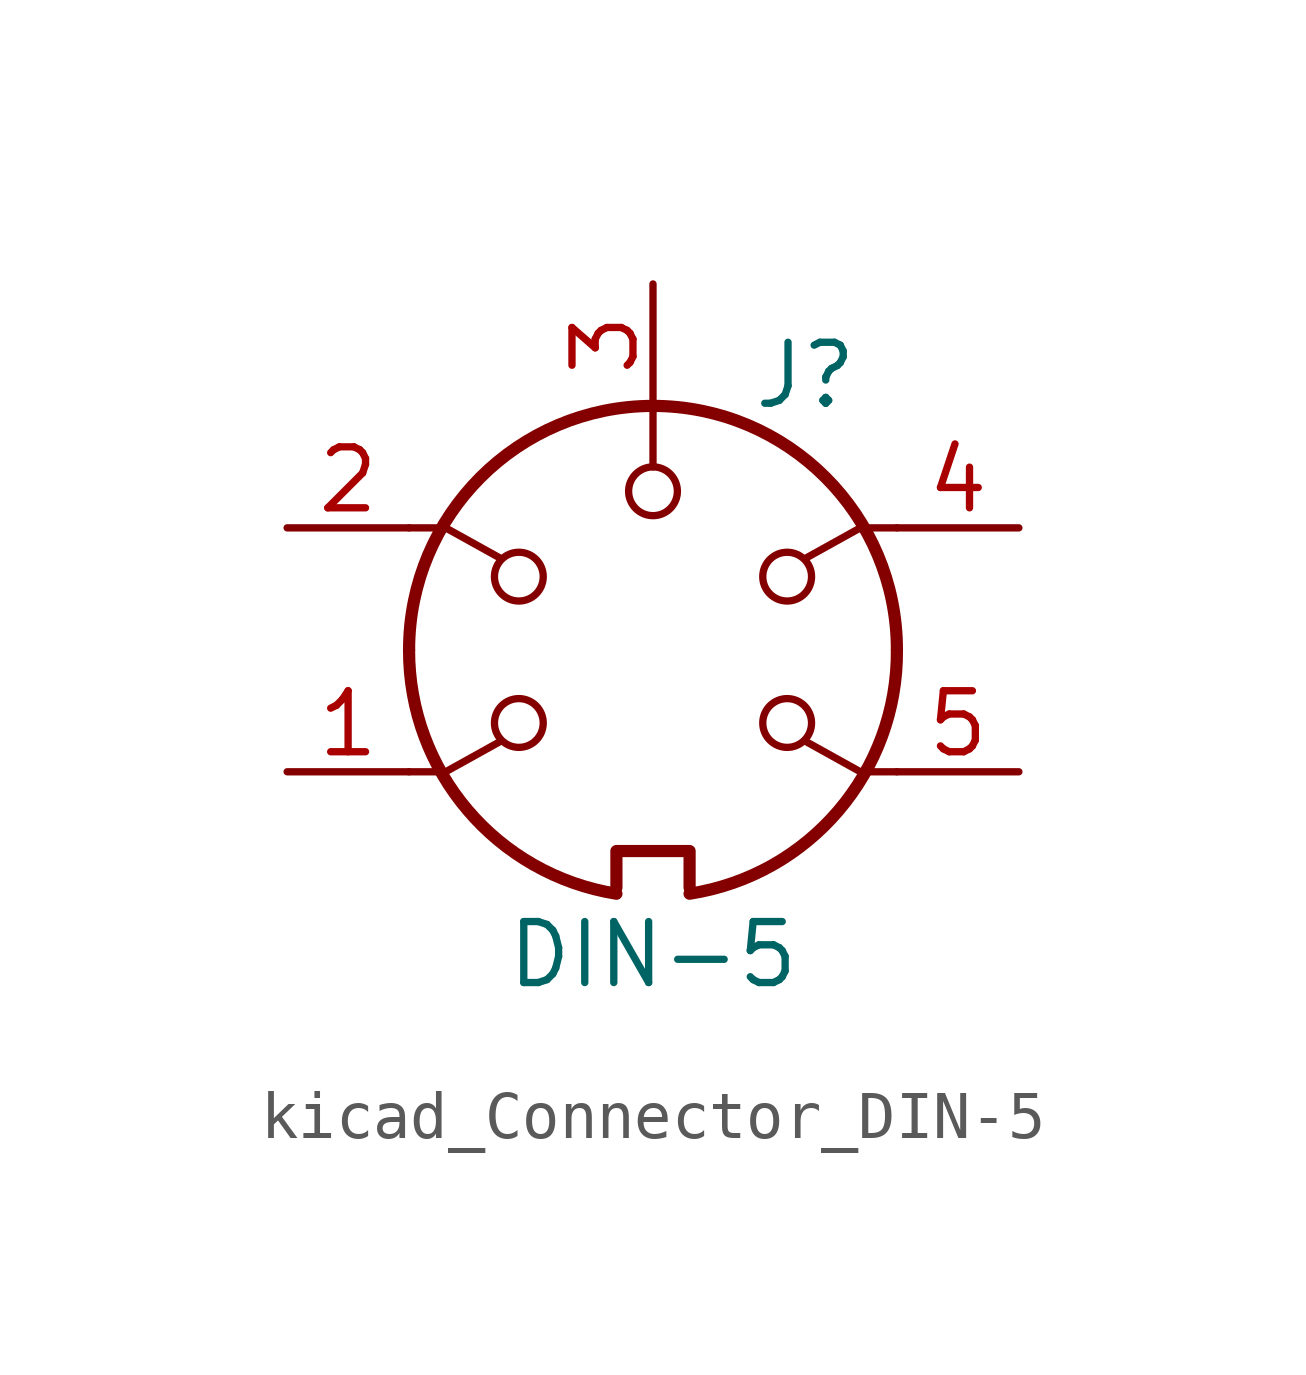
<source format=kicad_sym>
(kicad_symbol_lib
  (version 20220914)
  (generator kicad_symbol_editor)
  (symbol "kicad_Connector_DIN-5"
    (pin_names
      (offset 1.016))
    (property "Reference" "J"
      (at 3.175 5.715 0)
      (effects (font (size 1.27 1.27))))
    (property "Value" "DIN-5"
      (at 0 -6.35 0)
      (effects (font (size 1.27 1.27))))
    (symbol "kicad_Connector_DIN-5_0_1"
      (arc (start -5.08 0) (mid -3.8609 -3.3364) (end -0.762 -5.08) (stroke (width 0.254) (type default)) (fill (type none)))
      (circle (center -2.794 -1.524) (radius 0.508) (stroke (width 0) (type default)) (fill (type none)))
      (circle (center -2.794 1.524) (radius 0.508) (stroke (width 0) (type default)) (fill (type none)))
      (polyline (pts (xy 0 5.08) (xy 0 3.81)) (stroke (width 0) (type default)) (fill (type none)))
      (polyline (pts (xy -5.08 -2.54) (xy -4.318 -2.54) (xy -3.175 -1.905)) (stroke (width 0) (type default)) (fill (type none)))
      (polyline (pts (xy -5.08 2.54) (xy -4.318 2.54) (xy -3.175 1.905)) (stroke (width 0) (type default)) (fill (type none)))
      (polyline (pts (xy 5.08 -2.54) (xy 4.318 -2.54) (xy 3.175 -1.905)) (stroke (width 0) (type default)) (fill (type none)))
      (polyline (pts (xy 5.08 2.54) (xy 4.318 2.54) (xy 3.175 1.905)) (stroke (width 0) (type default)) (fill (type none)))
      (polyline (pts (xy -0.762 -4.953) (xy -0.762 -4.191) (xy 0.762 -4.191) (xy 0.762 -4.953)) (stroke (width 0.254) (type default)) (fill (type none)))
      (circle (center 0 3.302) (radius 0.508) (stroke (width 0) (type default)) (fill (type none)))
      (arc (start 0.762 -5.08) (mid 3.8685 -3.343) (end 5.08 0) (stroke (width 0.254) (type default)) (fill (type none)))
      (circle (center 2.794 -1.524) (radius 0.508) (stroke (width 0) (type default)) (fill (type none)))
      (circle (center 2.794 1.524) (radius 0.508) (stroke (width 0) (type default)) (fill (type none)))
      (arc (start 5.08 0) (mid 0 5.0579) (end -5.08 0) (stroke (width 0.254) (type default)) (fill (type none))))
    (symbol "kicad_Connector_DIN-5_1_1"
      (pin passive line (at -7.62 -2.54 0) (length 2.54) (name "~" (effects (font (size 1.27 1.27)))) (number "1" (effects (font (size 1.27 1.27)))))
      (pin passive line (at -7.62 2.54 0) (length 2.54) (name "~" (effects (font (size 1.27 1.27)))) (number "2" (effects (font (size 1.27 1.27)))))
      (pin passive line (at 0 7.62 270) (length 2.54) (name "~" (effects (font (size 1.27 1.27)))) (number "3" (effects (font (size 1.27 1.27)))))
      (pin passive line (at 7.62 2.54 180) (length 2.54) (name "~" (effects (font (size 1.27 1.27)))) (number "4" (effects (font (size 1.27 1.27)))))
      (pin passive line (at 7.62 -2.54 180) (length 2.54) (name "~" (effects (font (size 1.27 1.27)))) (number "5" (effects (font (size 1.27 1.27))))))))
</source>
